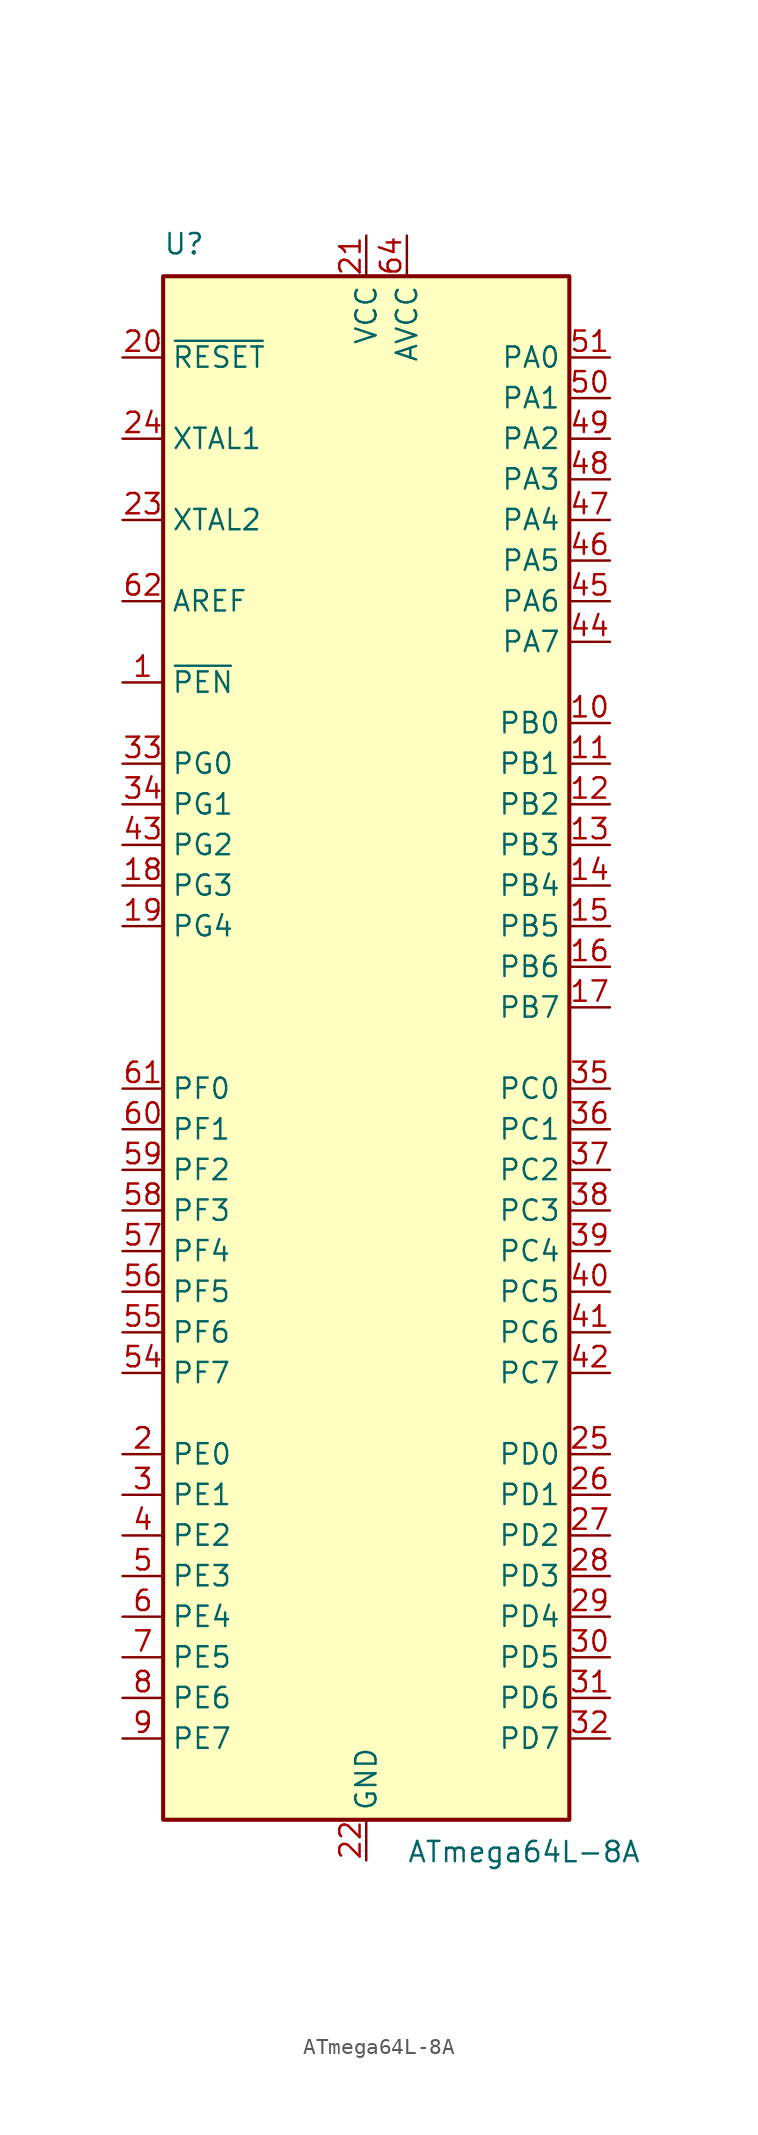
<source format=kicad_sym>
(kicad_symbol_lib
  (version 20241209)
  (generator "kicad_symbol_editor")
  (generator_version "9.0")
  (symbol "ATmega64L-8A"
    (property "Reference" "U"
      (at -12.7 49.53 0)
      (effects (font (size 1.27 1.27)) (justify left bottom)))
    (property "Value" "ATmega64L-8A"
      (at 2.54 -49.53 0)
      (effects (font (size 1.27 1.27)) (justify left top)))
    (symbol "ATmega64L-8A_0_1"
      (rectangle (start -12.7 -48.26) (end 12.7 48.26) (stroke (width 0.254) (type default)) (fill (type background))))
    (symbol "ATmega64L-8A_1_1"
      (pin input line (at -15.24 43.18 0) (length 2.54) (name "~{RESET}" (effects (font (size 1.27 1.27)))) (number "20" (effects (font (size 1.27 1.27)))))
      (pin input line (at -15.24 38.1 0) (length 2.54) (name "XTAL1" (effects (font (size 1.27 1.27)))) (number "24" (effects (font (size 1.27 1.27)))))
      (pin output line (at -15.24 33.02 0) (length 2.54) (name "XTAL2" (effects (font (size 1.27 1.27)))) (number "23" (effects (font (size 1.27 1.27)))))
      (pin passive line (at -15.24 27.94 0) (length 2.54) (name "AREF" (effects (font (size 1.27 1.27)))) (number "62" (effects (font (size 1.27 1.27)))))
      (pin input line (at -15.24 22.86 0) (length 2.54) (name "~{PEN}" (effects (font (size 1.27 1.27)))) (number "1" (effects (font (size 1.27 1.27)))))
      (pin bidirectional line (at -15.24 17.78 0) (length 2.54) (name "PG0" (effects (font (size 1.27 1.27)))) (number "33" (effects (font (size 1.27 1.27)))))
      (pin bidirectional line (at -15.24 15.24 0) (length 2.54) (name "PG1" (effects (font (size 1.27 1.27)))) (number "34" (effects (font (size 1.27 1.27)))))
      (pin bidirectional line (at -15.24 12.7 0) (length 2.54) (name "PG2" (effects (font (size 1.27 1.27)))) (number "43" (effects (font (size 1.27 1.27)))))
      (pin bidirectional line (at -15.24 10.16 0) (length 2.54) (name "PG3" (effects (font (size 1.27 1.27)))) (number "18" (effects (font (size 1.27 1.27)))))
      (pin bidirectional line (at -15.24 7.62 0) (length 2.54) (name "PG4" (effects (font (size 1.27 1.27)))) (number "19" (effects (font (size 1.27 1.27)))))
      (pin bidirectional line (at -15.24 -2.54 0) (length 2.54) (name "PF0" (effects (font (size 1.27 1.27)))) (number "61" (effects (font (size 1.27 1.27)))))
      (pin bidirectional line (at -15.24 -5.08 0) (length 2.54) (name "PF1" (effects (font (size 1.27 1.27)))) (number "60" (effects (font (size 1.27 1.27)))))
      (pin bidirectional line (at -15.24 -7.62 0) (length 2.54) (name "PF2" (effects (font (size 1.27 1.27)))) (number "59" (effects (font (size 1.27 1.27)))))
      (pin bidirectional line (at -15.24 -10.16 0) (length 2.54) (name "PF3" (effects (font (size 1.27 1.27)))) (number "58" (effects (font (size 1.27 1.27)))))
      (pin bidirectional line (at -15.24 -12.7 0) (length 2.54) (name "PF4" (effects (font (size 1.27 1.27)))) (number "57" (effects (font (size 1.27 1.27)))))
      (pin bidirectional line (at -15.24 -15.24 0) (length 2.54) (name "PF5" (effects (font (size 1.27 1.27)))) (number "56" (effects (font (size 1.27 1.27)))))
      (pin bidirectional line (at -15.24 -17.78 0) (length 2.54) (name "PF6" (effects (font (size 1.27 1.27)))) (number "55" (effects (font (size 1.27 1.27)))))
      (pin bidirectional line (at -15.24 -20.32 0) (length 2.54) (name "PF7" (effects (font (size 1.27 1.27)))) (number "54" (effects (font (size 1.27 1.27)))))
      (pin bidirectional line (at -15.24 -25.4 0) (length 2.54) (name "PE0" (effects (font (size 1.27 1.27)))) (number "2" (effects (font (size 1.27 1.27)))))
      (pin bidirectional line (at -15.24 -27.94 0) (length 2.54) (name "PE1" (effects (font (size 1.27 1.27)))) (number "3" (effects (font (size 1.27 1.27)))))
      (pin bidirectional line (at -15.24 -30.48 0) (length 2.54) (name "PE2" (effects (font (size 1.27 1.27)))) (number "4" (effects (font (size 1.27 1.27)))))
      (pin bidirectional line (at -15.24 -33.02 0) (length 2.54) (name "PE3" (effects (font (size 1.27 1.27)))) (number "5" (effects (font (size 1.27 1.27)))))
      (pin bidirectional line (at -15.24 -35.56 0) (length 2.54) (name "PE4" (effects (font (size 1.27 1.27)))) (number "6" (effects (font (size 1.27 1.27)))))
      (pin bidirectional line (at -15.24 -38.1 0) (length 2.54) (name "PE5" (effects (font (size 1.27 1.27)))) (number "7" (effects (font (size 1.27 1.27)))))
      (pin bidirectional line (at -15.24 -40.64 0) (length 2.54) (name "PE6" (effects (font (size 1.27 1.27)))) (number "8" (effects (font (size 1.27 1.27)))))
      (pin bidirectional line (at -15.24 -43.18 0) (length 2.54) (name "PE7" (effects (font (size 1.27 1.27)))) (number "9" (effects (font (size 1.27 1.27)))))
      (pin power_in line (at 0 50.8 270) (length 2.54) (name "VCC" (effects (font (size 1.27 1.27)))) (number "21" (effects (font (size 1.27 1.27)))))
      (pin passive line (at 0 50.8 270) (length 2.54) (hide yes) (name "VCC" (effects (font (size 1.27 1.27)))) (number "52" (effects (font (size 1.27 1.27)))))
      (pin power_in line (at 0 -50.8 90) (length 2.54) (name "GND" (effects (font (size 1.27 1.27)))) (number "22" (effects (font (size 1.27 1.27)))))
      (pin passive line (at 0 -50.8 90) (length 2.54) (hide yes) (name "GND" (effects (font (size 1.27 1.27)))) (number "53" (effects (font (size 1.27 1.27)))))
      (pin passive line (at 0 -50.8 90) (length 2.54) (hide yes) (name "GND" (effects (font (size 1.27 1.27)))) (number "63" (effects (font (size 1.27 1.27)))))
      (pin power_in line (at 2.54 50.8 270) (length 2.54) (name "AVCC" (effects (font (size 1.27 1.27)))) (number "64" (effects (font (size 1.27 1.27)))))
      (pin bidirectional line (at 15.24 43.18 180) (length 2.54) (name "PA0" (effects (font (size 1.27 1.27)))) (number "51" (effects (font (size 1.27 1.27)))))
      (pin bidirectional line (at 15.24 40.64 180) (length 2.54) (name "PA1" (effects (font (size 1.27 1.27)))) (number "50" (effects (font (size 1.27 1.27)))))
      (pin bidirectional line (at 15.24 38.1 180) (length 2.54) (name "PA2" (effects (font (size 1.27 1.27)))) (number "49" (effects (font (size 1.27 1.27)))))
      (pin bidirectional line (at 15.24 35.56 180) (length 2.54) (name "PA3" (effects (font (size 1.27 1.27)))) (number "48" (effects (font (size 1.27 1.27)))))
      (pin bidirectional line (at 15.24 33.02 180) (length 2.54) (name "PA4" (effects (font (size 1.27 1.27)))) (number "47" (effects (font (size 1.27 1.27)))))
      (pin bidirectional line (at 15.24 30.48 180) (length 2.54) (name "PA5" (effects (font (size 1.27 1.27)))) (number "46" (effects (font (size 1.27 1.27)))))
      (pin bidirectional line (at 15.24 27.94 180) (length 2.54) (name "PA6" (effects (font (size 1.27 1.27)))) (number "45" (effects (font (size 1.27 1.27)))))
      (pin bidirectional line (at 15.24 25.4 180) (length 2.54) (name "PA7" (effects (font (size 1.27 1.27)))) (number "44" (effects (font (size 1.27 1.27)))))
      (pin bidirectional line (at 15.24 20.32 180) (length 2.54) (name "PB0" (effects (font (size 1.27 1.27)))) (number "10" (effects (font (size 1.27 1.27)))))
      (pin bidirectional line (at 15.24 17.78 180) (length 2.54) (name "PB1" (effects (font (size 1.27 1.27)))) (number "11" (effects (font (size 1.27 1.27)))))
      (pin bidirectional line (at 15.24 15.24 180) (length 2.54) (name "PB2" (effects (font (size 1.27 1.27)))) (number "12" (effects (font (size 1.27 1.27)))))
      (pin bidirectional line (at 15.24 12.7 180) (length 2.54) (name "PB3" (effects (font (size 1.27 1.27)))) (number "13" (effects (font (size 1.27 1.27)))))
      (pin bidirectional line (at 15.24 10.16 180) (length 2.54) (name "PB4" (effects (font (size 1.27 1.27)))) (number "14" (effects (font (size 1.27 1.27)))))
      (pin bidirectional line (at 15.24 7.62 180) (length 2.54) (name "PB5" (effects (font (size 1.27 1.27)))) (number "15" (effects (font (size 1.27 1.27)))))
      (pin bidirectional line (at 15.24 5.08 180) (length 2.54) (name "PB6" (effects (font (size 1.27 1.27)))) (number "16" (effects (font (size 1.27 1.27)))))
      (pin bidirectional line (at 15.24 2.54 180) (length 2.54) (name "PB7" (effects (font (size 1.27 1.27)))) (number "17" (effects (font (size 1.27 1.27)))))
      (pin bidirectional line (at 15.24 -2.54 180) (length 2.54) (name "PC0" (effects (font (size 1.27 1.27)))) (number "35" (effects (font (size 1.27 1.27)))))
      (pin bidirectional line (at 15.24 -5.08 180) (length 2.54) (name "PC1" (effects (font (size 1.27 1.27)))) (number "36" (effects (font (size 1.27 1.27)))))
      (pin bidirectional line (at 15.24 -7.62 180) (length 2.54) (name "PC2" (effects (font (size 1.27 1.27)))) (number "37" (effects (font (size 1.27 1.27)))))
      (pin bidirectional line (at 15.24 -10.16 180) (length 2.54) (name "PC3" (effects (font (size 1.27 1.27)))) (number "38" (effects (font (size 1.27 1.27)))))
      (pin bidirectional line (at 15.24 -12.7 180) (length 2.54) (name "PC4" (effects (font (size 1.27 1.27)))) (number "39" (effects (font (size 1.27 1.27)))))
      (pin bidirectional line (at 15.24 -15.24 180) (length 2.54) (name "PC5" (effects (font (size 1.27 1.27)))) (number "40" (effects (font (size 1.27 1.27)))))
      (pin bidirectional line (at 15.24 -17.78 180) (length 2.54) (name "PC6" (effects (font (size 1.27 1.27)))) (number "41" (effects (font (size 1.27 1.27)))))
      (pin bidirectional line (at 15.24 -20.32 180) (length 2.54) (name "PC7" (effects (font (size 1.27 1.27)))) (number "42" (effects (font (size 1.27 1.27)))))
      (pin bidirectional line (at 15.24 -25.4 180) (length 2.54) (name "PD0" (effects (font (size 1.27 1.27)))) (number "25" (effects (font (size 1.27 1.27)))))
      (pin bidirectional line (at 15.24 -27.94 180) (length 2.54) (name "PD1" (effects (font (size 1.27 1.27)))) (number "26" (effects (font (size 1.27 1.27)))))
      (pin bidirectional line (at 15.24 -30.48 180) (length 2.54) (name "PD2" (effects (font (size 1.27 1.27)))) (number "27" (effects (font (size 1.27 1.27)))))
      (pin bidirectional line (at 15.24 -33.02 180) (length 2.54) (name "PD3" (effects (font (size 1.27 1.27)))) (number "28" (effects (font (size 1.27 1.27)))))
      (pin bidirectional line (at 15.24 -35.56 180) (length 2.54) (name "PD4" (effects (font (size 1.27 1.27)))) (number "29" (effects (font (size 1.27 1.27)))))
      (pin bidirectional line (at 15.24 -38.1 180) (length 2.54) (name "PD5" (effects (font (size 1.27 1.27)))) (number "30" (effects (font (size 1.27 1.27)))))
      (pin bidirectional line (at 15.24 -40.64 180) (length 2.54) (name "PD6" (effects (font (size 1.27 1.27)))) (number "31" (effects (font (size 1.27 1.27)))))
      (pin bidirectional line (at 15.24 -43.18 180) (length 2.54) (name "PD7" (effects (font (size 1.27 1.27)))) (number "32" (effects (font (size 1.27 1.27))))))))
</source>
